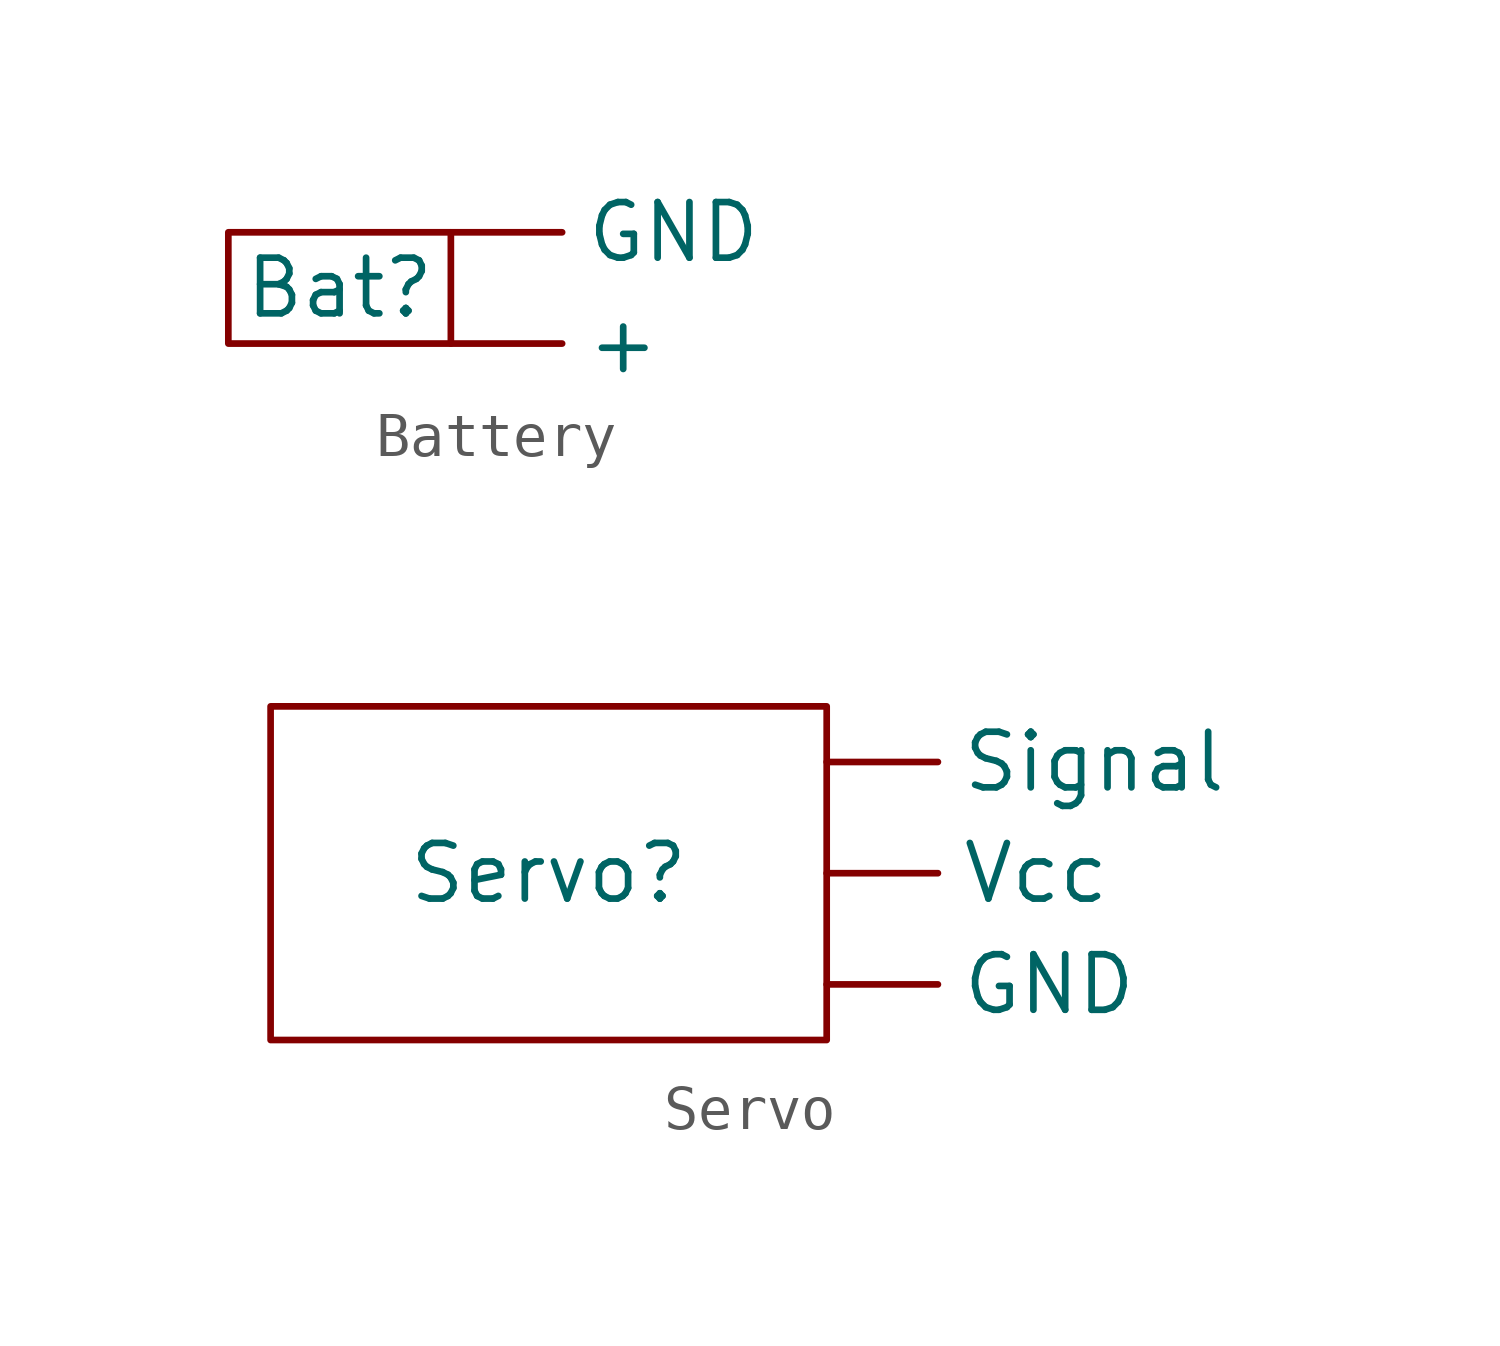
<source format=kicad_sym>
(kicad_symbol_lib
  (version 20220914)
  (generator kicad_symbol_editor)
  (symbol "Battery"
    (property "Reference" "Bat"
      (at 0 0 0)
      (effects (font (size 1.27 1.27))))
    (property "Value" ""
      (at 0 0 0)
      (effects (font (size 1.27 1.27))))
    (symbol "Battery_0_1"
      (rectangle (start -2.54 1.27) (end 2.54 -1.27) (stroke (width 0) (type default)) (fill (type none))))
    (symbol "Battery_1_1"
      (pin output line (at 2.54 -1.27 0) (length 2.54) (name "+" (effects (font (size 1.27 1.27)))) (number "" (effects (font (size 1.27 1.27)))))
      (pin passive line (at 2.54 1.27 0) (length 2.54) (name "GND" (effects (font (size 1.27 1.27)))) (number "" (effects (font (size 1.27 1.27)))))))
  (symbol "Servo"
    (property "Reference" "Servo"
      (at 0 0 0)
      (effects (font (size 1.27 1.27))))
    (property "Value" ""
      (at 0 0 0)
      (effects (font (size 1.27 1.27))))
    (symbol "Servo_0_1"
      (rectangle (start -6.35 3.81) (end 6.35 -3.81) (stroke (width 0) (type default)) (fill (type none))))
    (symbol "Servo_1_1"
      (pin input line (at 6.35 -2.54 0) (length 2.54) (name "GND" (effects (font (size 1.27 1.27)))) (number "" (effects (font (size 1.27 1.27)))))
      (pin input line (at 6.35 2.54 0) (length 2.54) (name "Signal" (effects (font (size 1.27 1.27)))) (number "" (effects (font (size 1.27 1.27)))))
      (pin input line (at 6.35 0 0) (length 2.54) (name "Vcc" (effects (font (size 1.27 1.27)))) (number "" (effects (font (size 1.27 1.27))))))))
</source>
